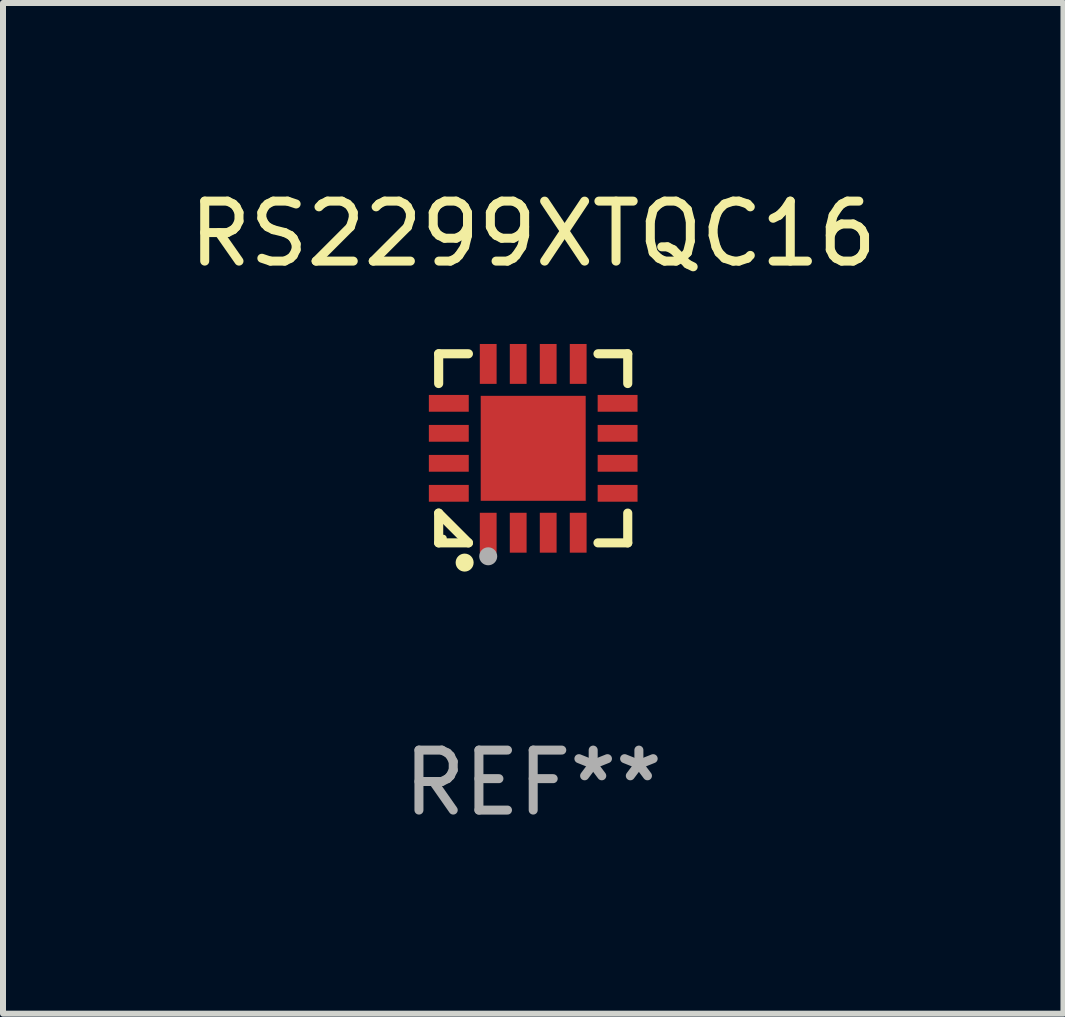
<source format=kicad_pcb>
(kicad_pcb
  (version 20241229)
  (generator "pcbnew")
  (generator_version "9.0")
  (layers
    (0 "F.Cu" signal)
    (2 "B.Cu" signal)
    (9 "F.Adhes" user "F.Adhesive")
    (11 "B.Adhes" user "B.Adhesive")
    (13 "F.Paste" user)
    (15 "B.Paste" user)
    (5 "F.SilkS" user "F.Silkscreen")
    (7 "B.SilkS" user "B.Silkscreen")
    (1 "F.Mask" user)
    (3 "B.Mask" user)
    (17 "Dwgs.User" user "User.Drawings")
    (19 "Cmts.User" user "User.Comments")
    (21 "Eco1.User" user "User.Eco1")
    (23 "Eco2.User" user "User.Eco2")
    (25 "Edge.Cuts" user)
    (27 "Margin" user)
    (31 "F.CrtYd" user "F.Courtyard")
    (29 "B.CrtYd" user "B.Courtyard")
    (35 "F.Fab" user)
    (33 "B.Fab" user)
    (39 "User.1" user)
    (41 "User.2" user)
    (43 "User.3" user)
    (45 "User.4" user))
  (footprint "RS2299XTQC16"
    (layer "F.Cu")
    (at 5.839 4.424)
    (property "Reference" "RS2299XTQC16" (at 0 -3.576 0) (layer "F.SilkS") (effects (font (size 1 1) (thickness 0.15))))
    (attr through_hole)
    (fp_line (start -1.576 -1.576) (end -1.08 -1.576) (stroke (width 0.152) (type solid)) (layer "F.SilkS"))
    (fp_line (start -1.576 -1.08) (end -1.576 -1.576) (stroke (width 0.152) (type solid)) (layer "F.SilkS"))
    (fp_line (start -1.576 1.08) (end -1.576 1.576) (stroke (width 0.152) (type solid)) (layer "F.SilkS"))
    (fp_line (start -1.576 1.576) (end -1.08 1.576) (stroke (width 0.152) (type solid)) (layer "F.SilkS"))
    (fp_line (start -1.08 1.576) (end -1.576 1.08) (stroke (width 0.152) (type solid)) (layer "F.SilkS"))
    (fp_line (start 1.576 -1.576) (end 1.08 -1.576) (stroke (width 0.152) (type solid)) (layer "F.SilkS"))
    (fp_line (start 1.576 -1.08) (end 1.576 -1.576) (stroke (width 0.152) (type solid)) (layer "F.SilkS"))
    (fp_line (start 1.576 1.08) (end 1.576 1.576) (stroke (width 0.152) (type solid)) (layer "F.SilkS"))
    (fp_line (start 1.576 1.576) (end 1.08 1.576) (stroke (width 0.152) (type solid)) (layer "F.SilkS"))
    (fp_circle (center -1.5 1.5) (end -1.47 1.5) (stroke (width 0.06) (type solid)) (fill no) (layer "F.SilkS"))
    (fp_circle (center -1.143 1.905) (end -1.068 1.905) (stroke (width 0.15) (type solid)) (fill no) (layer "F.SilkS"))
    (fp_circle (center -0.75 1.8) (end -0.675 1.8) (stroke (width 0.15) (type solid)) (fill no) (layer "F.Fab"))
    (fp_text user "REF**" (at 0 5.576 0) (layer "F.Fab") (effects (font (size 1 1) (thickness 0.15))))
    (pad "1" smd rect (at -0.75 1.407) (size 0.28 0.665) (layers "F.Cu" "F.Mask" "F.Paste"))
    (pad "2" smd rect (at -0.25 1.407) (size 0.28 0.665) (layers "F.Cu" "F.Mask" "F.Paste"))
    (pad "3" smd rect (at 0.25 1.407) (size 0.28 0.665) (layers "F.Cu" "F.Mask" "F.Paste"))
    (pad "4" smd rect (at 0.75 1.407) (size 0.28 0.665) (layers "F.Cu" "F.Mask" "F.Paste"))
    (pad "5" smd rect (at 1.407 0.75) (size 0.665 0.28) (layers "F.Cu" "F.Mask" "F.Paste"))
    (pad "6" smd rect (at 1.407 0.25) (size 0.665 0.28) (layers "F.Cu" "F.Mask" "F.Paste"))
    (pad "7" smd rect (at 1.407 -0.25) (size 0.665 0.28) (layers "F.Cu" "F.Mask" "F.Paste"))
    (pad "8" smd rect (at 1.407 -0.75) (size 0.665 0.28) (layers "F.Cu" "F.Mask" "F.Paste"))
    (pad "9" smd rect (at 0.75 -1.407) (size 0.28 0.665) (layers "F.Cu" "F.Mask" "F.Paste"))
    (pad "10" smd rect (at 0.25 -1.407) (size 0.28 0.665) (layers "F.Cu" "F.Mask" "F.Paste"))
    (pad "11" smd rect (at -0.25 -1.407) (size 0.28 0.665) (layers "F.Cu" "F.Mask" "F.Paste"))
    (pad "12" smd rect (at -0.75 -1.407) (size 0.28 0.665) (layers "F.Cu" "F.Mask" "F.Paste"))
    (pad "13" smd rect (at -1.407 -0.75) (size 0.665 0.28) (layers "F.Cu" "F.Mask" "F.Paste"))
    (pad "14" smd rect (at -1.407 -0.25) (size 0.665 0.28) (layers "F.Cu" "F.Mask" "F.Paste"))
    (pad "15" smd rect (at -1.407 0.25) (size 0.665 0.28) (layers "F.Cu" "F.Mask" "F.Paste"))
    (pad "16" smd rect (at -1.407 0.75) (size 0.665 0.28) (layers "F.Cu" "F.Mask" "F.Paste"))
    (pad "17" smd rect (at 0 0) (size 1.75 1.75) (layers "F.Cu" "F.Mask" "F.Paste")))
  (gr_rect
    (start -3 -3)
    (end 14.679 13.849)
    (stroke (width 0.1) (type default))
    (fill no)
    (layer "Edge.Cuts")))
</source>
